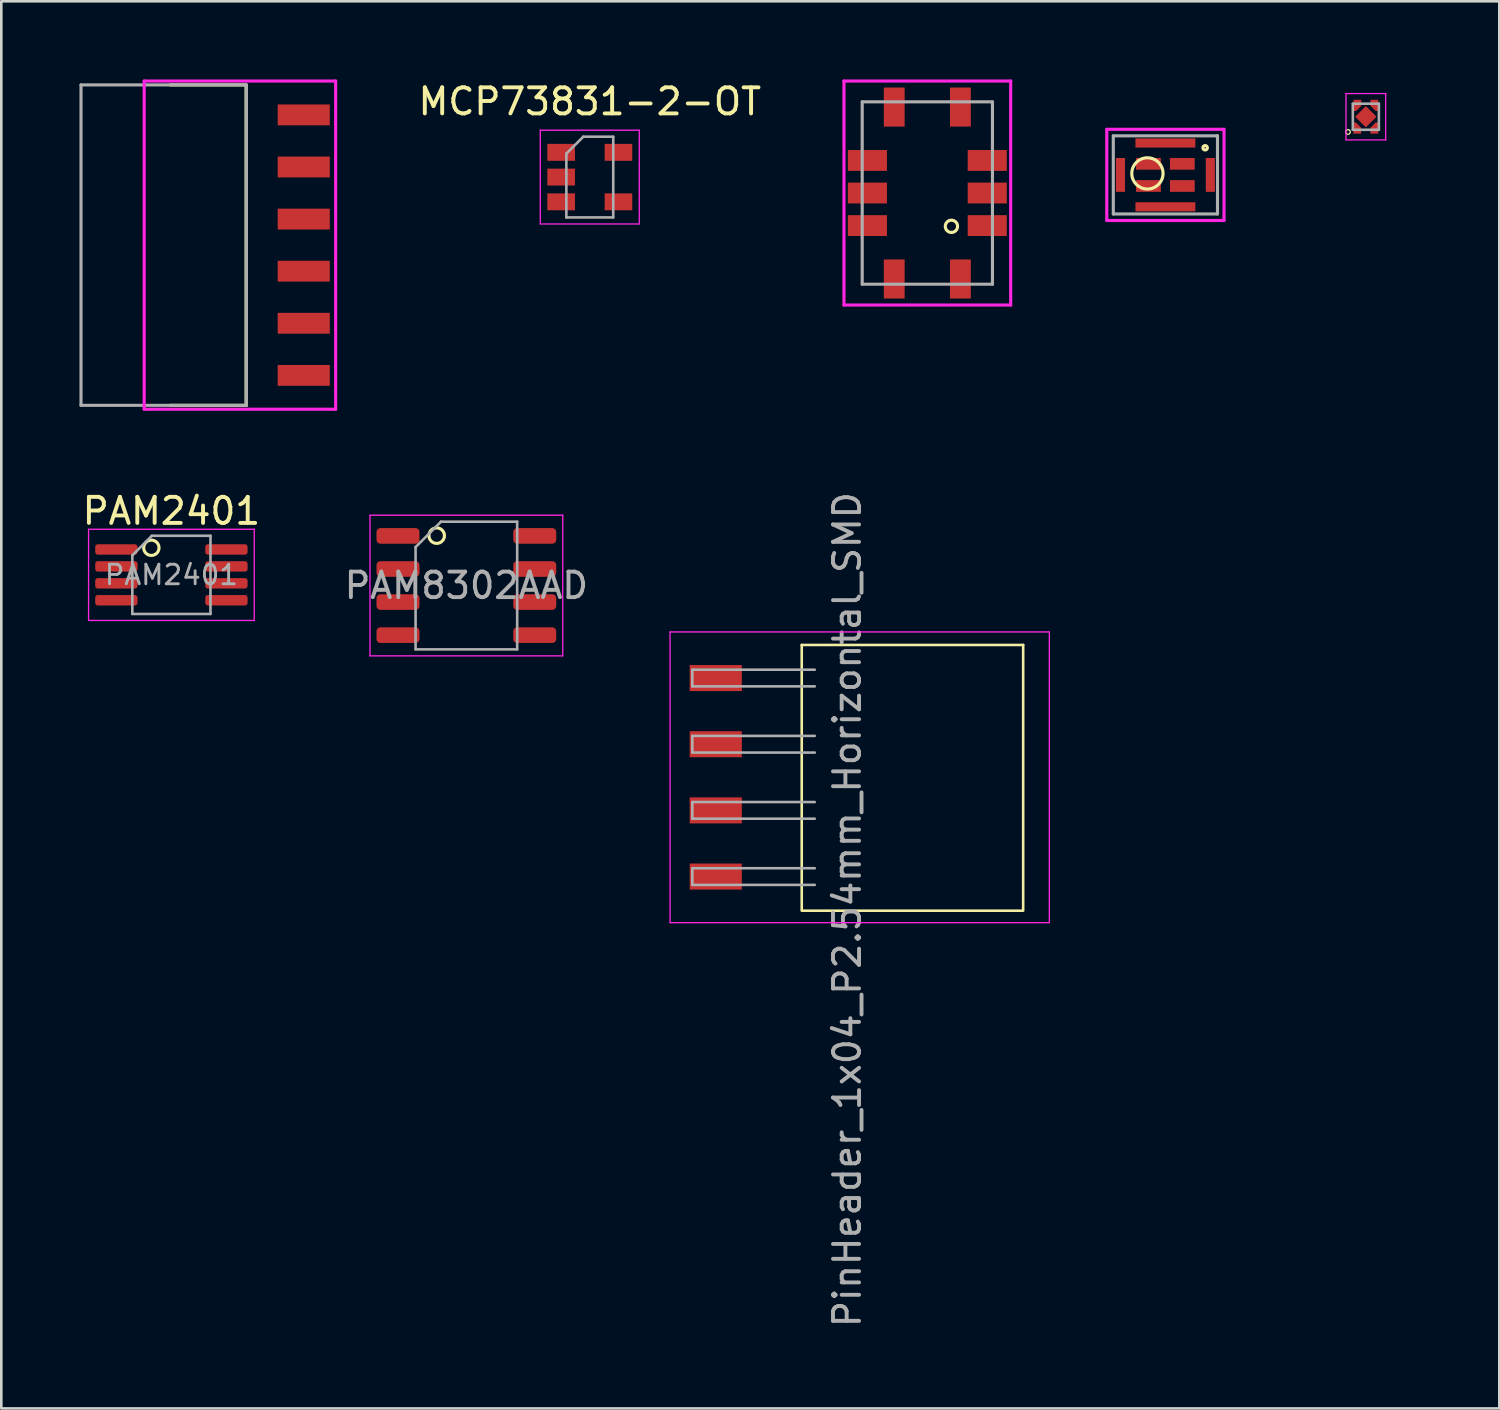
<source format=kicad_pcb>
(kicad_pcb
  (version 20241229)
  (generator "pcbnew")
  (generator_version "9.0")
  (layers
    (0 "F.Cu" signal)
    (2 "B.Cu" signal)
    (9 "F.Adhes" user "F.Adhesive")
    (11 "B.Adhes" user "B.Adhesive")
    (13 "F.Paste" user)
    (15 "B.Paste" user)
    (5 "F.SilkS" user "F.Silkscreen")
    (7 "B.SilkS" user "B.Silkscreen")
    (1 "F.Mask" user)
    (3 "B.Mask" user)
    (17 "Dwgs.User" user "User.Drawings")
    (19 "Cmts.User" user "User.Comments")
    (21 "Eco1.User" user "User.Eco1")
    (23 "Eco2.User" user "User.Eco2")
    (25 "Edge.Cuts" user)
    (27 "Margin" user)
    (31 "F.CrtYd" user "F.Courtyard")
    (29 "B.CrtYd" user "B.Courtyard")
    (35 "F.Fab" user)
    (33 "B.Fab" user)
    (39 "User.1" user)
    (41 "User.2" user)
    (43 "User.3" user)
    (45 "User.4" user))
  (footprint "MSM261D4030H1CPM"
    (layer "F.Cu")
    (at 41.697 3.507)
    (property "Reference" "MSM261D4030H1CPM" (at -0.4 -3.2 180) (layer "Eco2.User") (effects (font (size 0.3 0.3) (thickness 0.075))))
    (attr smd)
    (fp_circle (center -0.7 0.1) (end -0.7 0.7) (stroke (width 0.12) (type solid)) (fill no) (layer "F.SilkS"))
    (fp_circle (center 1.516 -0.884) (end 1.6 -0.9) (stroke (width 0.12) (type solid)) (fill no) (layer "F.SilkS"))
    (fp_line (start -2.26 -1.593) (end 2.24 -1.593) (stroke (width 0.12) (type solid)) (layer "F.CrtYd"))
    (fp_line (start -2.26 1.907) (end -2.26 -1.593) (stroke (width 0.12) (type solid)) (layer "F.CrtYd"))
    (fp_line (start 2.24 -1.593) (end 2.24 1.907) (stroke (width 0.12) (type solid)) (layer "F.CrtYd"))
    (fp_line (start 2.24 1.907) (end -2.26 1.907) (stroke (width 0.12) (type solid)) (layer "F.CrtYd"))
    (fp_line (start -2.01 -1.343) (end 1.99 -1.343) (stroke (width 0.12) (type solid)) (layer "F.Fab"))
    (fp_line (start -2.01 1.657) (end -2.01 -1.343) (stroke (width 0.12) (type solid)) (layer "F.Fab"))
    (fp_line (start -2.01 1.657) (end 1.99 1.657) (stroke (width 0.12) (type solid)) (layer "F.Fab"))
    (fp_line (start 1.99 1.657) (end 1.99 -1.343) (stroke (width 0.12) (type solid)) (layer "F.Fab"))
    (pad "1" smd rect (at 0.64 -0.268 90) (size 0.45 0.95) (layers "F.Cu" "F.Mask" "F.Paste"))
    (pad "2" smd rect (at -0.66 -0.268 90) (size 0.45 0.95) (layers "F.Cu" "F.Mask" "F.Paste"))
    (pad "3" smd rect (at -0.66 0.582 90) (size 0.45 0.95) (layers "F.Cu" "F.Mask" "F.Paste"))
    (pad "4" smd rect (at 0.64 0.582 90) (size 0.45 0.95) (layers "F.Cu" "F.Mask" "F.Paste"))
    (pad "5" smd rect (at -1.735 0.157 90) (size 1.3 0.35) (layers "F.Cu" "F.Mask" "F.Paste"))
    (pad "5" smd rect (at -0.01 -1.068 90) (size 0.35 2.3) (layers "F.Cu" "F.Mask" "F.Paste"))
    (pad "5" smd rect (at -0.01 1.382 90) (size 0.35 2.3) (layers "F.Cu" "F.Mask" "F.Paste"))
    (pad "5" smd rect (at 1.715 0.157 90) (size 1.3 0.35) (layers "F.Cu" "F.Mask" "F.Paste")))
  (footprint "M22-6540642R"
    (layer "F.Cu")
    (at 3.485 6.36)
    (property "Reference" "M22-6540642R" (at 0.34 0 270) (layer "Eco2.User") (effects (font (size 0.3 0.3) (thickness 0.075))))
    (attr smd)
    (fp_line (start 0 -6.15) (end 2.912 -6.15) (stroke (width 0.12) (type solid)) (layer "F.SilkS"))
    (fp_line (start 0 6.15) (end 2.912 6.15) (stroke (width 0.12) (type solid)) (layer "F.SilkS"))
    (fp_line (start 2.912 6.15) (end 2.912 -6.15) (stroke (width 0.12) (type solid)) (layer "F.SilkS"))
    (fp_line (start -1 -6.3) (end 6.35 -6.3) (stroke (width 0.12) (type solid)) (layer "F.CrtYd"))
    (fp_line (start -1 6.3) (end -1 -6.3) (stroke (width 0.12) (type solid)) (layer "F.CrtYd"))
    (fp_line (start 6.35 -6.3) (end 6.35 6.3) (stroke (width 0.12) (type solid)) (layer "F.CrtYd"))
    (fp_line (start 6.35 6.3) (end -1 6.3) (stroke (width 0.12) (type solid)) (layer "F.CrtYd"))
    (fp_line (start -3.425 -6.15) (end -3.425 6.15) (stroke (width 0.12) (type solid)) (layer "F.Fab"))
    (fp_line (start -3.425 -6.15) (end 2.925 -6.15) (stroke (width 0.12) (type solid)) (layer "F.Fab"))
    (fp_line (start -3.425 6.15) (end 2.925 6.15) (stroke (width 0.12) (type solid)) (layer "F.Fab"))
    (fp_line (start 2.925 6.15) (end 2.925 -6.15) (stroke (width 0.12) (type solid)) (layer "F.Fab"))
    (pad "1" smd rect (at 5.125 -5) (size 2 0.8) (layers "F.Cu" "F.Mask" "F.Paste"))
    (pad "2" smd rect (at 5.125 -3) (size 2 0.8) (layers "F.Cu" "F.Mask" "F.Paste"))
    (pad "3" smd rect (at 5.125 -1) (size 2 0.8) (layers "F.Cu" "F.Mask" "F.Paste"))
    (pad "4" smd rect (at 5.125 1) (size 2 0.8) (layers "F.Cu" "F.Mask" "F.Paste"))
    (pad "5" smd rect (at 5.125 3) (size 2 0.8) (layers "F.Cu" "F.Mask" "F.Paste"))
    (pad "6" smd rect (at 5.125 5) (size 2 0.8) (layers "F.Cu" "F.Mask" "F.Paste")))
  (footprint "PinHeader_1x04_P2.54mm_Horizontal_SMD"
    (layer "F.Cu")
    (at 29.952 26.789)
    (property "Reference" "PinHeader_1x04_P2.54mm_Horizontal_SMD" (at -0.401 1.91 0) (layer "Eco2.User") (effects (font (size 0.3 0.3) (thickness 0.075))))
    (attr smd)
    (fp_line (start -2.225 -5.08) (end 6.275 -5.08) (stroke (width 0.1) (type solid)) (layer "F.SilkS"))
    (fp_line (start -2.225 5.08) (end -2.225 -5.08) (stroke (width 0.1) (type solid)) (layer "F.SilkS"))
    (fp_line (start -2.225 5.12) (end 6.275 5.12) (stroke (width 0.1) (type solid)) (layer "F.SilkS"))
    (fp_line (start 6.275 -5.08) (end 6.275 5.08) (stroke (width 0.1) (type solid)) (layer "F.SilkS"))
    (fp_line (start -7.28 -5.58) (end 7.28 -5.58) (stroke (width 0.05) (type solid)) (layer "F.CrtYd"))
    (fp_line (start -7.28 5.58) (end -7.28 -5.58) (stroke (width 0.05) (type solid)) (layer "F.CrtYd"))
    (fp_line (start -7.28 5.58) (end 7.28 5.58) (stroke (width 0.05) (type solid)) (layer "F.CrtYd"))
    (fp_line (start 7.28 -5.58) (end 7.28 5.58) (stroke (width 0.05) (type solid)) (layer "F.CrtYd"))
    (fp_line (start -6.425 -4.13) (end -6.425 -3.49) (stroke (width 0.1) (type solid)) (layer "F.Fab"))
    (fp_line (start -6.425 -3.49) (end -1.725 -3.49) (stroke (width 0.1) (type solid)) (layer "F.Fab"))
    (fp_line (start -6.425 -1.59) (end -6.425 -0.95) (stroke (width 0.1) (type solid)) (layer "F.Fab"))
    (fp_line (start -6.425 -0.95) (end -1.725 -0.95) (stroke (width 0.1) (type solid)) (layer "F.Fab"))
    (fp_line (start -6.425 0.95) (end -6.425 1.59) (stroke (width 0.1) (type solid)) (layer "F.Fab"))
    (fp_line (start -6.425 1.59) (end -1.725 1.59) (stroke (width 0.1) (type solid)) (layer "F.Fab"))
    (fp_line (start -6.425 3.49) (end -6.425 4.13) (stroke (width 0.1) (type solid)) (layer "F.Fab"))
    (fp_line (start -6.425 4.13) (end -1.725 4.13) (stroke (width 0.1) (type solid)) (layer "F.Fab"))
    (fp_line (start -1.725 -4.13) (end -6.425 -4.13) (stroke (width 0.1) (type solid)) (layer "F.Fab"))
    (fp_line (start -1.725 -1.59) (end -6.425 -1.59) (stroke (width 0.1) (type solid)) (layer "F.Fab"))
    (fp_line (start -1.725 0.95) (end -6.425 0.95) (stroke (width 0.1) (type solid)) (layer "F.Fab"))
    (fp_line (start -1.725 3.49) (end -6.425 3.49) (stroke (width 0.1) (type solid)) (layer "F.Fab"))
    (fp_text user "${REFERENCE}" (at -0.48 5.08 270) (layer "F.Fab") (effects (font (size 1 1) (thickness 0.15))))
    (pad "1" smd rect (at -5.525 -3.81) (size 2 1) (layers "F.Cu" "F.Mask" "F.Paste"))
    (pad "2" smd rect (at -5.525 -1.27) (size 2 1) (layers "F.Cu" "F.Mask" "F.Paste"))
    (pad "3" smd rect (at -5.525 1.27) (size 2 1) (layers "F.Cu" "F.Mask" "F.Paste"))
    (pad "4" smd rect (at -5.525 3.81) (size 2 1) (layers "F.Cu" "F.Mask" "F.Paste")))
  (footprint "NCP114AMX330TCG"
    (layer "F.Cu")
    (at 49.382 1.431)
    (property "Reference" "NCP114AMX330TCG" (at -0.131 -1.124 0) (layer "Eco2.User") (effects (font (size 0.3 0.3) (thickness 0.075))))
    (attr smd)
    (fp_poly (pts (xy -0.481 0.65) (xy -0.481 0.22) (xy -0.381 0.22) (xy -0.181 0.42) (xy -0.181 0.65)) (stroke (width 0.001) (type solid)) (fill yes) (layer "F.Cu"))
    (fp_poly (pts (xy -0.475 -0.65) (xy -0.475 -0.22) (xy -0.375 -0.22) (xy -0.175 -0.42) (xy -0.175 -0.65)) (stroke (width 0.001) (type solid)) (fill yes) (layer "F.Cu"))
    (fp_poly (pts (xy 0.475 -0.65) (xy 0.475 -0.22) (xy 0.375 -0.22) (xy 0.175 -0.42) (xy 0.175 -0.65)) (stroke (width 0.001) (type solid)) (fill yes) (layer "F.Cu"))
    (fp_poly (pts (xy 0.475 0.65) (xy 0.475 0.22) (xy 0.375 0.22) (xy 0.175 0.42) (xy 0.175 0.65)) (stroke (width 0.001) (type solid)) (fill yes) (layer "F.Cu"))
    (fp_poly (pts (xy -0.356 0) (xy 0 -0.356) (xy 0.356 0) (xy 0 0.356)) (stroke (width 0) (type solid)) (fill yes) (layer "F.Mask"))
    (fp_poly (pts (xy -0.527 0.7) (xy -0.127 0.7) (xy -0.127 0.4) (xy -0.352 0.175) (xy -0.527 0.175)) (stroke (width 0.001) (type solid)) (fill yes) (layer "F.Mask"))
    (fp_poly (pts (xy -0.525 -0.7) (xy -0.125 -0.7) (xy -0.125 -0.4) (xy -0.35 -0.175) (xy -0.525 -0.175)) (stroke (width 0.001) (type solid)) (fill yes) (layer "F.Mask"))
    (fp_poly (pts (xy 0.125 -0.7) (xy 0.525 -0.7) (xy 0.525 -0.175) (xy 0.35 -0.175) (xy 0.125 -0.4)) (stroke (width 0.001) (type solid)) (fill yes) (layer "F.Mask"))
    (fp_poly (pts (xy 0.525 0.7) (xy 0.125 0.7) (xy 0.125 0.4) (xy 0.35 0.175) (xy 0.525 0.175)) (stroke (width 0.001) (type solid)) (fill yes) (layer "F.Mask"))
    (fp_circle (center -0.686 0.584) (end -0.61 0.632) (stroke (width 0.05) (type solid)) (fill no) (layer "F.SilkS"))
    (fp_poly (pts (xy -0.483 0.66) (xy -0.483 0.23) (xy -0.383 0.23) (xy -0.183 0.43) (xy -0.183 0.66)) (stroke (width 0.001) (type solid)) (fill yes) (layer "F.Paste"))
    (fp_poly (pts (xy -0.475 -0.65) (xy -0.475 -0.22) (xy -0.375 -0.22) (xy -0.175 -0.42) (xy -0.175 -0.65)) (stroke (width 0.001) (type solid)) (fill yes) (layer "F.Paste"))
    (fp_poly (pts (xy 0.475 -0.65) (xy 0.475 -0.22) (xy 0.375 -0.22) (xy 0.175 -0.42) (xy 0.175 -0.65)) (stroke (width 0.001) (type solid)) (fill yes) (layer "F.Paste"))
    (fp_poly (pts (xy 0.475 0.65) (xy 0.475 0.22) (xy 0.375 0.22) (xy 0.175 0.42) (xy 0.175 0.65)) (stroke (width 0.001) (type solid)) (fill yes) (layer "F.Paste"))
    (fp_line (start -0.762 -0.889) (end -0.762 0.889) (stroke (width 0.05) (type solid)) (layer "F.CrtYd"))
    (fp_line (start -0.762 0.889) (end 0.762 0.889) (stroke (width 0.05) (type solid)) (layer "F.CrtYd"))
    (fp_line (start 0.762 -0.889) (end -0.762 -0.889) (stroke (width 0.05) (type solid)) (layer "F.CrtYd"))
    (fp_line (start 0.762 0.889) (end 0.762 -0.889) (stroke (width 0.05) (type solid)) (layer "F.CrtYd"))
    (fp_line (start -0.5 -0.5) (end -0.5 0.5) (stroke (width 0.1) (type solid)) (layer "F.Fab"))
    (fp_line (start -0.5 0.5) (end 0.5 0.5) (stroke (width 0.1) (type solid)) (layer "F.Fab"))
    (fp_line (start 0.5 -0.5) (end -0.5 -0.5) (stroke (width 0.1) (type solid)) (layer "F.Fab"))
    (fp_line (start 0.5 0.5) (end 0.5 -0.5) (stroke (width 0.1) (type solid)) (layer "F.Fab"))
    (pad "1" smd rect (at -0.35 0.5) (size 0.1 0.1) (layers "F.Cu" "F.Mask" "F.Paste"))
    (pad "2" smd rect (at 0.325 0.5) (size 0.1 0.1) (layers "F.Cu" "F.Mask" "F.Paste"))
    (pad "3" smd rect (at 0.325 -0.5) (size 0.1 0.1) (layers "F.Cu" "F.Mask" "F.Paste"))
    (pad "4" smd rect (at -0.325 -0.5) (size 0.1 0.1) (layers "F.Cu" "F.Mask" "F.Paste"))
    (pad "5" smd rect (at 0 0 45) (size 0.58 0.58) (layers "F.Cu" "F.Mask" "F.Paste")))
  (footprint "MICS_4514"
    (layer "F.Cu")
    (at 32.548 4.36)
    (property "Reference" "MICS_4514" (at -0.015 -0.267 0) (layer "Eco2.User") (effects (font (size 0.3 0.3) (thickness 0.075))))
    (attr through_hole)
    (fp_circle (center 0.925 1.278) (end 1.057 1.473) (stroke (width 0.12) (type solid)) (fill no) (layer "F.SilkS"))
    (fp_line (start -3.2 -4.3) (end 3.2 -4.3) (stroke (width 0.12) (type solid)) (layer "F.CrtYd"))
    (fp_line (start -3.2 4.3) (end -3.2 -4.3) (stroke (width 0.12) (type solid)) (layer "F.CrtYd"))
    (fp_line (start 3.2 -4.3) (end 3.2 4.3) (stroke (width 0.12) (type solid)) (layer "F.CrtYd"))
    (fp_line (start 3.2 4.3) (end -3.2 4.3) (stroke (width 0.12) (type solid)) (layer "F.CrtYd"))
    (fp_line (start -2.5 -3.5) (end -2.5 3.5) (stroke (width 0.12) (type solid)) (layer "F.Fab"))
    (fp_line (start -2.5 3.5) (end 2.5 3.5) (stroke (width 0.12) (type solid)) (layer "F.Fab"))
    (fp_line (start 2.5 -3.5) (end -2.5 -3.5) (stroke (width 0.12) (type solid)) (layer "F.Fab"))
    (fp_line (start 2.5 3.5) (end 2.5 -3.5) (stroke (width 0.12) (type solid)) (layer "F.Fab"))
    (pad "A" smd rect (at 2.3 1.25) (size 1.5 0.8) (layers "F.Cu" "F.Mask" "F.Paste"))
    (pad "B" smd rect (at 2.3 0) (size 1.5 0.8) (layers "F.Cu" "F.Mask" "F.Paste"))
    (pad "C" smd rect (at 2.3 -1.25 180) (size 1.5 0.8) (layers "F.Cu" "F.Mask" "F.Paste"))
    (pad "D" smd rect (at 1.27 -3.3 270) (size 1.5 0.8) (layers "F.Cu" "F.Mask" "F.Paste"))
    (pad "E" smd rect (at -1.27 -3.3 270) (size 1.5 0.8) (layers "F.Cu" "F.Mask" "F.Paste"))
    (pad "F" smd rect (at -2.3 -1.25 180) (size 1.5 0.8) (layers "F.Cu" "F.Mask" "F.Paste"))
    (pad "G" smd rect (at -2.3 0 180) (size 1.5 0.8) (layers "F.Cu" "F.Mask" "F.Paste"))
    (pad "H" smd rect (at -2.3 1.25 180) (size 1.5 0.8) (layers "F.Cu" "F.Mask" "F.Paste"))
    (pad "J" smd rect (at -1.27 3.3 90) (size 1.5 0.8) (layers "F.Cu" "F.Mask" "F.Paste"))
    (pad "K" smd rect (at 1.27 3.3 90) (size 1.5 0.8) (layers "F.Cu" "F.Mask" "F.Paste")))
  (footprint "MCP73831-2-OT"
    (layer "F.Cu")
    (at 19.591 3.748)
    (property "Reference" "MCP73831-2-OT" (at 0 -2.9 0) (layer "F.SilkS") (effects (font (size 1 1) (thickness 0.15))))
    (attr smd)
    (fp_line (start -1.9 -1.8) (end 1.9 -1.8) (stroke (width 0.05) (type solid)) (layer "F.CrtYd"))
    (fp_line (start -1.9 1.8) (end -1.9 -1.8) (stroke (width 0.05) (type solid)) (layer "F.CrtYd"))
    (fp_line (start 1.9 -1.8) (end 1.9 1.8) (stroke (width 0.05) (type solid)) (layer "F.CrtYd"))
    (fp_line (start 1.9 1.8) (end -1.9 1.8) (stroke (width 0.05) (type solid)) (layer "F.CrtYd"))
    (fp_line (start -0.9 -0.9) (end -0.9 1.55) (stroke (width 0.1) (type solid)) (layer "F.Fab"))
    (fp_line (start -0.9 -0.9) (end -0.25 -1.55) (stroke (width 0.1) (type solid)) (layer "F.Fab"))
    (fp_line (start 0.9 -1.55) (end -0.25 -1.55) (stroke (width 0.1) (type solid)) (layer "F.Fab"))
    (fp_line (start 0.9 -1.55) (end 0.9 1.55) (stroke (width 0.1) (type solid)) (layer "F.Fab"))
    (fp_line (start 0.9 1.55) (end -0.9 1.55) (stroke (width 0.1) (type solid)) (layer "F.Fab"))
    (fp_text user "${REFERENCE}" (at 0 0 90) (layer "Eco1.User") (effects (font (size 0.5 0.5) (thickness 0.075))))
    (pad "1" smd rect (at -1.1 -0.95) (size 1.06 0.65) (layers "F.Cu" "F.Mask" "F.Paste"))
    (pad "2" smd rect (at -1.1 0) (size 1.06 0.65) (layers "F.Cu" "F.Mask" "F.Paste"))
    (pad "3" smd rect (at -1.1 0.95) (size 1.06 0.65) (layers "F.Cu" "F.Mask" "F.Paste"))
    (pad "4" smd rect (at 1.1 0.95) (size 1.06 0.65) (layers "F.Cu" "F.Mask" "F.Paste"))
    (pad "5" smd rect (at 1.1 -0.95) (size 1.06 0.65) (layers "F.Cu" "F.Mask" "F.Paste")))
  (footprint "PAM2401"
    (layer "F.Cu")
    (at 3.53 19.018)
    (property "Reference" "PAM2401" (at 0 -2.45 0) (layer "F.SilkS") (effects (font (size 1 1) (thickness 0.15))))
    (attr smd)
    (fp_circle (center -0.77 -1.04) (end -0.68 -0.76) (stroke (width 0.12) (type solid)) (fill no) (layer "F.SilkS"))
    (fp_line (start -3.18 -1.75) (end -3.18 1.75) (stroke (width 0.05) (type solid)) (layer "F.CrtYd"))
    (fp_line (start -3.18 1.75) (end 3.18 1.75) (stroke (width 0.05) (type solid)) (layer "F.CrtYd"))
    (fp_line (start 3.18 -1.75) (end -3.18 -1.75) (stroke (width 0.05) (type solid)) (layer "F.CrtYd"))
    (fp_line (start 3.18 1.75) (end 3.18 -1.75) (stroke (width 0.05) (type solid)) (layer "F.CrtYd"))
    (fp_line (start -1.5 -0.75) (end -0.75 -1.5) (stroke (width 0.1) (type solid)) (layer "F.Fab"))
    (fp_line (start -1.5 1.5) (end -1.5 -0.75) (stroke (width 0.1) (type solid)) (layer "F.Fab"))
    (fp_line (start -0.75 -1.5) (end 1.5 -1.5) (stroke (width 0.1) (type solid)) (layer "F.Fab"))
    (fp_line (start 1.5 -1.5) (end 1.5 1.5) (stroke (width 0.1) (type solid)) (layer "F.Fab"))
    (fp_line (start 1.5 1.5) (end -1.5 1.5) (stroke (width 0.1) (type solid)) (layer "F.Fab"))
    (fp_text user "${REFERENCE}" (at 0 0 0) (layer "F.Fab") (effects (font (size 0.75 0.75) (thickness 0.11))))
    (pad "1" smd roundrect (at -2.112 -0.975) (size 1.625 0.4) (layers "F.Cu" "F.Mask" "F.Paste") (roundrect_rratio 0.25))
    (pad "2" smd roundrect (at -2.112 -0.325) (size 1.625 0.4) (layers "F.Cu" "F.Mask" "F.Paste") (roundrect_rratio 0.25))
    (pad "3" smd roundrect (at -2.112 0.325) (size 1.625 0.4) (layers "F.Cu" "F.Mask" "F.Paste") (roundrect_rratio 0.25))
    (pad "4" smd roundrect (at -2.112 0.975) (size 1.625 0.4) (layers "F.Cu" "F.Mask" "F.Paste") (roundrect_rratio 0.25))
    (pad "5" smd roundrect (at 2.112 0.975) (size 1.625 0.4) (layers "F.Cu" "F.Mask" "F.Paste") (roundrect_rratio 0.25))
    (pad "6" smd roundrect (at 2.112 0.325) (size 1.625 0.4) (layers "F.Cu" "F.Mask" "F.Paste") (roundrect_rratio 0.25))
    (pad "7" smd roundrect (at 2.112 -0.325) (size 1.625 0.4) (layers "F.Cu" "F.Mask" "F.Paste") (roundrect_rratio 0.25))
    (pad "8" smd roundrect (at 2.112 -0.975) (size 1.625 0.4) (layers "F.Cu" "F.Mask" "F.Paste") (roundrect_rratio 0.25)))
  (footprint "PAM8302AAD"
    (layer "F.Cu")
    (at 14.853 19.427)
    (property "Reference" "PAM8302AAD" (at 0 -3.4 0) (layer "Eco2.User") (effects (font (size 0.3 0.3) (thickness 0.075))))
    (attr smd)
    (fp_circle (center -1.14 -1.915) (end -1.118 -1.618) (stroke (width 0.12) (type solid)) (fill no) (layer "F.SilkS"))
    (fp_line (start -3.7 -2.7) (end -3.7 2.7) (stroke (width 0.05) (type solid)) (layer "F.CrtYd"))
    (fp_line (start -3.7 2.7) (end 3.7 2.7) (stroke (width 0.05) (type solid)) (layer "F.CrtYd"))
    (fp_line (start 3.7 -2.7) (end -3.7 -2.7) (stroke (width 0.05) (type solid)) (layer "F.CrtYd"))
    (fp_line (start 3.7 2.7) (end 3.7 -2.7) (stroke (width 0.05) (type solid)) (layer "F.CrtYd"))
    (fp_line (start -1.95 -1.475) (end -0.975 -2.45) (stroke (width 0.1) (type solid)) (layer "F.Fab"))
    (fp_line (start -1.95 2.45) (end -1.95 -1.475) (stroke (width 0.1) (type solid)) (layer "F.Fab"))
    (fp_line (start -0.975 -2.45) (end 1.95 -2.45) (stroke (width 0.1) (type solid)) (layer "F.Fab"))
    (fp_line (start 1.95 -2.45) (end 1.95 2.45) (stroke (width 0.1) (type solid)) (layer "F.Fab"))
    (fp_line (start 1.95 2.45) (end -1.95 2.45) (stroke (width 0.1) (type solid)) (layer "F.Fab"))
    (fp_text user "${REFERENCE}" (at 0 0 0) (layer "F.Fab") (effects (font (size 0.98 0.98) (thickness 0.15))))
    (pad "1" smd roundrect (at -2.625 -1.905) (size 1.65 0.6) (layers "F.Cu" "F.Mask" "F.Paste") (roundrect_rratio 0.25))
    (pad "2" smd roundrect (at -2.625 -0.635) (size 1.65 0.6) (layers "F.Cu" "F.Mask" "F.Paste") (roundrect_rratio 0.25))
    (pad "3" smd roundrect (at -2.625 0.635) (size 1.65 0.6) (layers "F.Cu" "F.Mask" "F.Paste") (roundrect_rratio 0.25))
    (pad "4" smd roundrect (at -2.625 1.905) (size 1.65 0.6) (layers "F.Cu" "F.Mask" "F.Paste") (roundrect_rratio 0.25))
    (pad "5" smd roundrect (at 2.625 1.905) (size 1.65 0.6) (layers "F.Cu" "F.Mask" "F.Paste") (roundrect_rratio 0.25))
    (pad "6" smd roundrect (at 2.625 0.635) (size 1.65 0.6) (layers "F.Cu" "F.Mask" "F.Paste") (roundrect_rratio 0.25))
    (pad "7" smd roundrect (at 2.625 -0.635) (size 1.65 0.6) (layers "F.Cu" "F.Mask" "F.Paste") (roundrect_rratio 0.25))
    (pad "8" smd roundrect (at 2.625 -1.905) (size 1.65 0.6) (layers "F.Cu" "F.Mask" "F.Paste") (roundrect_rratio 0.25)))
  (gr_rect
    (start -3 -3)
    (end 54.505 51.018)
    (stroke (width 0.1) (type default))
    (fill no)
    (layer "Edge.Cuts")))
</source>
